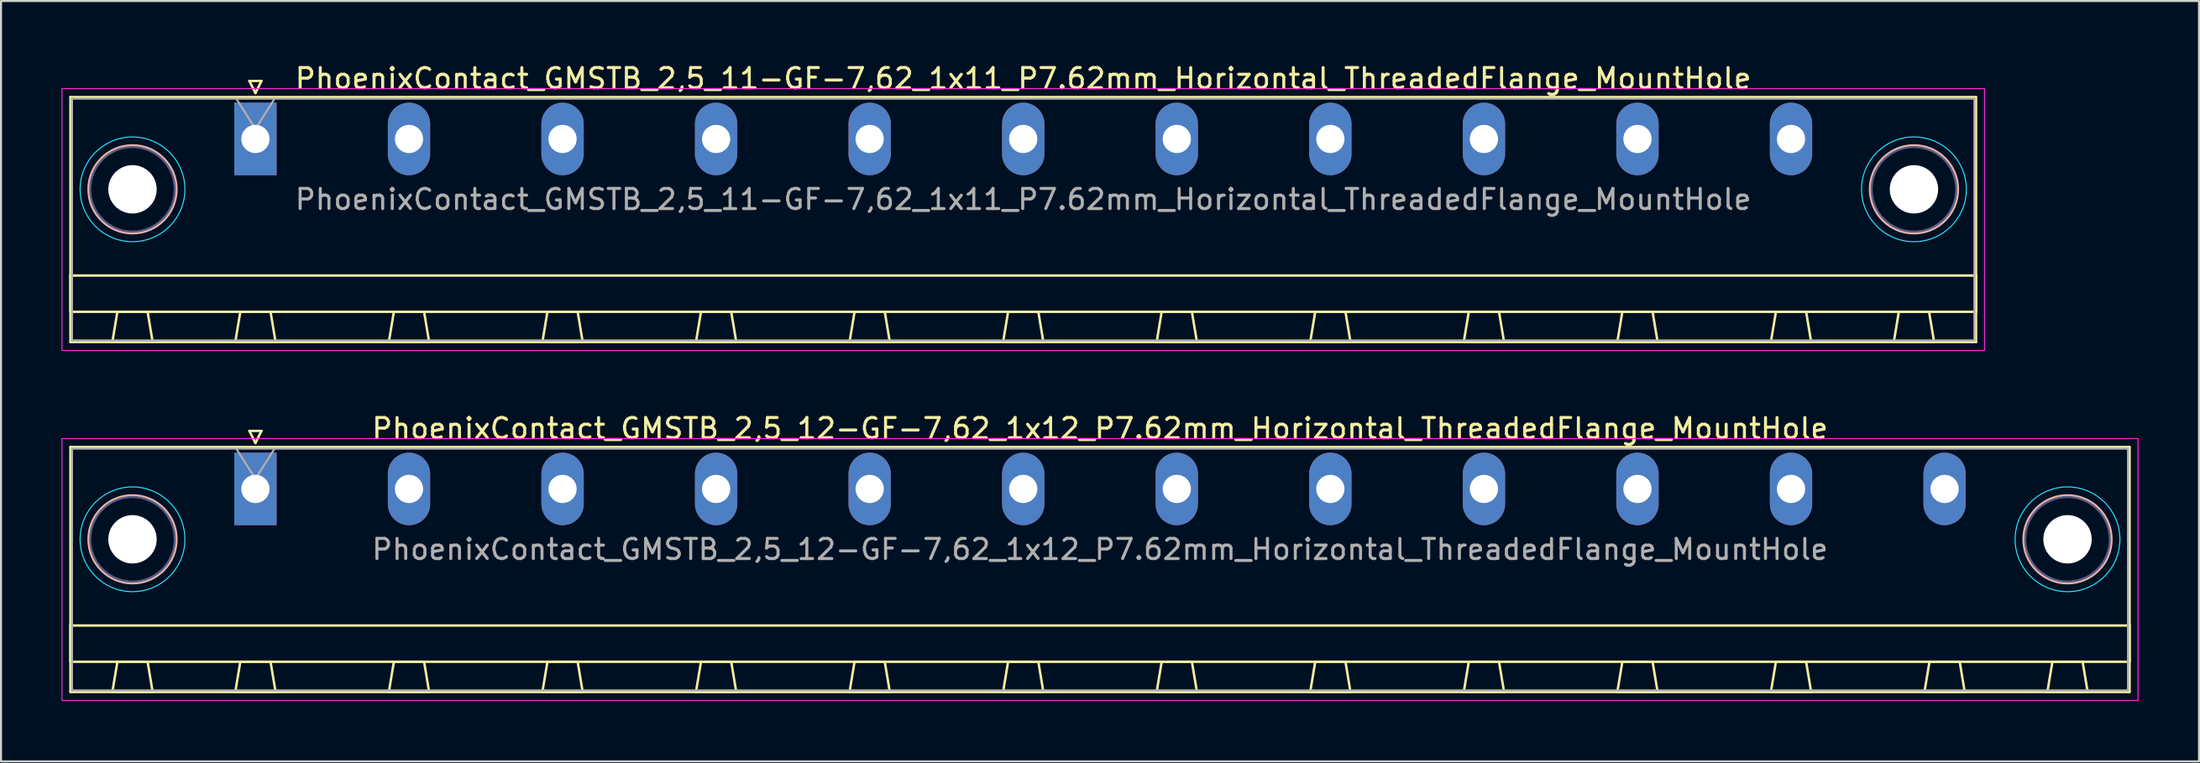
<source format=kicad_pcb>
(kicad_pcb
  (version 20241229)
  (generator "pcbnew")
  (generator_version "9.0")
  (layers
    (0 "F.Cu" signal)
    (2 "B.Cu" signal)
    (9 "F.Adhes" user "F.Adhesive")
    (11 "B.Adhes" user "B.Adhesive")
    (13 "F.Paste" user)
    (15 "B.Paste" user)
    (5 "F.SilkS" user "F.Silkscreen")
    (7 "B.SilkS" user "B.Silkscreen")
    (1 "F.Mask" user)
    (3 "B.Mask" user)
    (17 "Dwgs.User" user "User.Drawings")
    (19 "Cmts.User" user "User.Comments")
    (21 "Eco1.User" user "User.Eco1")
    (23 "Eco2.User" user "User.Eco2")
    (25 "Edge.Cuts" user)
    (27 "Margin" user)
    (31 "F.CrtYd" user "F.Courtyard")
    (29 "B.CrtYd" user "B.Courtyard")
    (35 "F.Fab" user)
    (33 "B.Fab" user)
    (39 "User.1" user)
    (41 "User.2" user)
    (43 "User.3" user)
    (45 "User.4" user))
  (footprint "PhoenixContact_GMSTB_2,5_12-GF-7,62_1x12_P7.62mm_Horizontal_ThreadedFlange_MountHole"
    (layer "F.Cu")
    (at 9.625 21.221)
    (property "Reference" "PhoenixContact_GMSTB_2,5_12-GF-7,62_1x12_P7.62mm_Horizontal_ThreadedFlange_MountHole" (at 41.91 -3 0) (layer "F.SilkS") (effects (font (size 1 1) (thickness 0.15))))
    (attr through_hole)
    (fp_line (start -9.18 -2.08) (end -9.18 10.08) (stroke (width 0.12) (type solid)) (layer "F.SilkS"))
    (fp_line (start -9.18 6.78) (end 93 6.78) (stroke (width 0.12) (type solid)) (layer "F.SilkS"))
    (fp_line (start -9.18 8.58) (end -9.18 6.78) (stroke (width 0.12) (type solid)) (layer "F.SilkS"))
    (fp_line (start -9.18 10.08) (end 93 10.08) (stroke (width 0.12) (type solid)) (layer "F.SilkS"))
    (fp_line (start -7.1 10.08) (end -5.1 10.08) (stroke (width 0.12) (type solid)) (layer "F.SilkS"))
    (fp_line (start -6.85 8.58) (end -7.1 10.08) (stroke (width 0.12) (type solid)) (layer "F.SilkS"))
    (fp_line (start -5.35 8.58) (end -6.85 8.58) (stroke (width 0.12) (type solid)) (layer "F.SilkS"))
    (fp_line (start -5.1 10.08) (end -5.35 8.58) (stroke (width 0.12) (type solid)) (layer "F.SilkS"))
    (fp_line (start -1 10.08) (end 1 10.08) (stroke (width 0.12) (type solid)) (layer "F.SilkS"))
    (fp_line (start -0.75 8.58) (end -1 10.08) (stroke (width 0.12) (type solid)) (layer "F.SilkS"))
    (fp_line (start -0.3 -2.88) (end 0.3 -2.88) (stroke (width 0.12) (type solid)) (layer "F.SilkS"))
    (fp_line (start 0 -2.28) (end -0.3 -2.88) (stroke (width 0.12) (type solid)) (layer "F.SilkS"))
    (fp_line (start 0.3 -2.88) (end 0 -2.28) (stroke (width 0.12) (type solid)) (layer "F.SilkS"))
    (fp_line (start 0.75 8.58) (end -0.75 8.58) (stroke (width 0.12) (type solid)) (layer "F.SilkS"))
    (fp_line (start 1 10.08) (end 0.75 8.58) (stroke (width 0.12) (type solid)) (layer "F.SilkS"))
    (fp_line (start 6.62 10.08) (end 8.62 10.08) (stroke (width 0.12) (type solid)) (layer "F.SilkS"))
    (fp_line (start 6.87 8.58) (end 6.62 10.08) (stroke (width 0.12) (type solid)) (layer "F.SilkS"))
    (fp_line (start 8.37 8.58) (end 6.87 8.58) (stroke (width 0.12) (type solid)) (layer "F.SilkS"))
    (fp_line (start 8.62 10.08) (end 8.37 8.58) (stroke (width 0.12) (type solid)) (layer "F.SilkS"))
    (fp_line (start 14.24 10.08) (end 16.24 10.08) (stroke (width 0.12) (type solid)) (layer "F.SilkS"))
    (fp_line (start 14.49 8.58) (end 14.24 10.08) (stroke (width 0.12) (type solid)) (layer "F.SilkS"))
    (fp_line (start 15.99 8.58) (end 14.49 8.58) (stroke (width 0.12) (type solid)) (layer "F.SilkS"))
    (fp_line (start 16.24 10.08) (end 15.99 8.58) (stroke (width 0.12) (type solid)) (layer "F.SilkS"))
    (fp_line (start 21.86 10.08) (end 23.86 10.08) (stroke (width 0.12) (type solid)) (layer "F.SilkS"))
    (fp_line (start 22.11 8.58) (end 21.86 10.08) (stroke (width 0.12) (type solid)) (layer "F.SilkS"))
    (fp_line (start 23.61 8.58) (end 22.11 8.58) (stroke (width 0.12) (type solid)) (layer "F.SilkS"))
    (fp_line (start 23.86 10.08) (end 23.61 8.58) (stroke (width 0.12) (type solid)) (layer "F.SilkS"))
    (fp_line (start 29.48 10.08) (end 31.48 10.08) (stroke (width 0.12) (type solid)) (layer "F.SilkS"))
    (fp_line (start 29.73 8.58) (end 29.48 10.08) (stroke (width 0.12) (type solid)) (layer "F.SilkS"))
    (fp_line (start 31.23 8.58) (end 29.73 8.58) (stroke (width 0.12) (type solid)) (layer "F.SilkS"))
    (fp_line (start 31.48 10.08) (end 31.23 8.58) (stroke (width 0.12) (type solid)) (layer "F.SilkS"))
    (fp_line (start 37.1 10.08) (end 39.1 10.08) (stroke (width 0.12) (type solid)) (layer "F.SilkS"))
    (fp_line (start 37.35 8.58) (end 37.1 10.08) (stroke (width 0.12) (type solid)) (layer "F.SilkS"))
    (fp_line (start 38.85 8.58) (end 37.35 8.58) (stroke (width 0.12) (type solid)) (layer "F.SilkS"))
    (fp_line (start 39.1 10.08) (end 38.85 8.58) (stroke (width 0.12) (type solid)) (layer "F.SilkS"))
    (fp_line (start 44.72 10.08) (end 46.72 10.08) (stroke (width 0.12) (type solid)) (layer "F.SilkS"))
    (fp_line (start 44.97 8.58) (end 44.72 10.08) (stroke (width 0.12) (type solid)) (layer "F.SilkS"))
    (fp_line (start 46.47 8.58) (end 44.97 8.58) (stroke (width 0.12) (type solid)) (layer "F.SilkS"))
    (fp_line (start 46.72 10.08) (end 46.47 8.58) (stroke (width 0.12) (type solid)) (layer "F.SilkS"))
    (fp_line (start 52.34 10.08) (end 54.34 10.08) (stroke (width 0.12) (type solid)) (layer "F.SilkS"))
    (fp_line (start 52.59 8.58) (end 52.34 10.08) (stroke (width 0.12) (type solid)) (layer "F.SilkS"))
    (fp_line (start 54.09 8.58) (end 52.59 8.58) (stroke (width 0.12) (type solid)) (layer "F.SilkS"))
    (fp_line (start 54.34 10.08) (end 54.09 8.58) (stroke (width 0.12) (type solid)) (layer "F.SilkS"))
    (fp_line (start 59.96 10.08) (end 61.96 10.08) (stroke (width 0.12) (type solid)) (layer "F.SilkS"))
    (fp_line (start 60.21 8.58) (end 59.96 10.08) (stroke (width 0.12) (type solid)) (layer "F.SilkS"))
    (fp_line (start 61.71 8.58) (end 60.21 8.58) (stroke (width 0.12) (type solid)) (layer "F.SilkS"))
    (fp_line (start 61.96 10.08) (end 61.71 8.58) (stroke (width 0.12) (type solid)) (layer "F.SilkS"))
    (fp_line (start 67.58 10.08) (end 69.58 10.08) (stroke (width 0.12) (type solid)) (layer "F.SilkS"))
    (fp_line (start 67.83 8.58) (end 67.58 10.08) (stroke (width 0.12) (type solid)) (layer "F.SilkS"))
    (fp_line (start 69.33 8.58) (end 67.83 8.58) (stroke (width 0.12) (type solid)) (layer "F.SilkS"))
    (fp_line (start 69.58 10.08) (end 69.33 8.58) (stroke (width 0.12) (type solid)) (layer "F.SilkS"))
    (fp_line (start 75.2 10.08) (end 77.2 10.08) (stroke (width 0.12) (type solid)) (layer "F.SilkS"))
    (fp_line (start 75.45 8.58) (end 75.2 10.08) (stroke (width 0.12) (type solid)) (layer "F.SilkS"))
    (fp_line (start 76.95 8.58) (end 75.45 8.58) (stroke (width 0.12) (type solid)) (layer "F.SilkS"))
    (fp_line (start 77.2 10.08) (end 76.95 8.58) (stroke (width 0.12) (type solid)) (layer "F.SilkS"))
    (fp_line (start 82.82 10.08) (end 84.82 10.08) (stroke (width 0.12) (type solid)) (layer "F.SilkS"))
    (fp_line (start 83.07 8.58) (end 82.82 10.08) (stroke (width 0.12) (type solid)) (layer "F.SilkS"))
    (fp_line (start 84.57 8.58) (end 83.07 8.58) (stroke (width 0.12) (type solid)) (layer "F.SilkS"))
    (fp_line (start 84.82 10.08) (end 84.57 8.58) (stroke (width 0.12) (type solid)) (layer "F.SilkS"))
    (fp_line (start 88.92 10.08) (end 90.92 10.08) (stroke (width 0.12) (type solid)) (layer "F.SilkS"))
    (fp_line (start 89.17 8.58) (end 88.92 10.08) (stroke (width 0.12) (type solid)) (layer "F.SilkS"))
    (fp_line (start 90.67 8.58) (end 89.17 8.58) (stroke (width 0.12) (type solid)) (layer "F.SilkS"))
    (fp_line (start 90.92 10.08) (end 90.67 8.58) (stroke (width 0.12) (type solid)) (layer "F.SilkS"))
    (fp_line (start 93 -2.08) (end -9.18 -2.08) (stroke (width 0.12) (type solid)) (layer "F.SilkS"))
    (fp_line (start 93 6.78) (end 93 8.58) (stroke (width 0.12) (type solid)) (layer "F.SilkS"))
    (fp_line (start 93 8.58) (end -9.18 8.58) (stroke (width 0.12) (type solid)) (layer "F.SilkS"))
    (fp_line (start 93 10.08) (end 93 -2.08) (stroke (width 0.12) (type solid)) (layer "F.SilkS"))
    (fp_circle (center -6.1 2.5) (end -3.92 2.5) (stroke (width 0.12) (type solid)) (fill no) (layer "B.SilkS"))
    (fp_circle (center 89.92 2.5) (end 92.1 2.5) (stroke (width 0.12) (type solid)) (fill no) (layer "B.SilkS"))
    (fp_circle (center -6.1 2.5) (end -3.5 2.5) (stroke (width 0.05) (type solid)) (fill no) (layer "B.CrtYd"))
    (fp_circle (center 89.92 2.5) (end 92.52 2.5) (stroke (width 0.05) (type solid)) (fill no) (layer "B.CrtYd"))
    (fp_line (start -9.6 -2.5) (end -9.6 10.5) (stroke (width 0.05) (type solid)) (layer "F.CrtYd"))
    (fp_line (start -9.6 10.5) (end 93.42 10.5) (stroke (width 0.05) (type solid)) (layer "F.CrtYd"))
    (fp_line (start 93.42 -2.5) (end -9.6 -2.5) (stroke (width 0.05) (type solid)) (layer "F.CrtYd"))
    (fp_line (start 93.42 10.5) (end 93.42 -2.5) (stroke (width 0.05) (type solid)) (layer "F.CrtYd"))
    (fp_circle (center -6.1 2.5) (end -4 2.5) (stroke (width 0.1) (type solid)) (fill no) (layer "B.Fab"))
    (fp_circle (center 89.92 2.5) (end 92.02 2.5) (stroke (width 0.1) (type solid)) (fill no) (layer "B.Fab"))
    (fp_line (start -9.1 -2) (end -9.1 10) (stroke (width 0.1) (type solid)) (layer "F.Fab"))
    (fp_line (start -9.1 10) (end 92.92 10) (stroke (width 0.1) (type solid)) (layer "F.Fab"))
    (fp_line (start 0 -0.5) (end -0.95 -2) (stroke (width 0.1) (type solid)) (layer "F.Fab"))
    (fp_line (start 0.95 -2) (end 0 -0.5) (stroke (width 0.1) (type solid)) (layer "F.Fab"))
    (fp_line (start 92.92 -2) (end -9.1 -2) (stroke (width 0.1) (type solid)) (layer "F.Fab"))
    (fp_line (start 92.92 10) (end 92.92 -2) (stroke (width 0.1) (type solid)) (layer "F.Fab"))
    (fp_text user "${REFERENCE}" (at 41.91 3 0) (layer "F.Fab") (effects (font (size 1 1) (thickness 0.15))))
    (pad "" np_thru_hole circle (at -6.1 2.5) (size 2.4 2.4) (drill 2.4) (layers "*.Cu" "*.Mask"))
    (pad "" np_thru_hole circle (at 89.92 2.5) (size 2.4 2.4) (drill 2.4) (layers "*.Cu" "*.Mask"))
    (pad "1" thru_hole rect (at 0 0) (size 2.1 3.6) (drill 1.4) (layers "*.Cu" "*.Mask"))
    (pad "2" thru_hole oval (at 7.62 0) (size 2.1 3.6) (drill 1.4) (layers "*.Cu" "*.Mask"))
    (pad "3" thru_hole oval (at 15.24 0) (size 2.1 3.6) (drill 1.4) (layers "*.Cu" "*.Mask"))
    (pad "4" thru_hole oval (at 22.86 0) (size 2.1 3.6) (drill 1.4) (layers "*.Cu" "*.Mask"))
    (pad "5" thru_hole oval (at 30.48 0) (size 2.1 3.6) (drill 1.4) (layers "*.Cu" "*.Mask"))
    (pad "6" thru_hole oval (at 38.1 0) (size 2.1 3.6) (drill 1.4) (layers "*.Cu" "*.Mask"))
    (pad "7" thru_hole oval (at 45.72 0) (size 2.1 3.6) (drill 1.4) (layers "*.Cu" "*.Mask"))
    (pad "8" thru_hole oval (at 53.34 0) (size 2.1 3.6) (drill 1.4) (layers "*.Cu" "*.Mask"))
    (pad "9" thru_hole oval (at 60.96 0) (size 2.1 3.6) (drill 1.4) (layers "*.Cu" "*.Mask"))
    (pad "10" thru_hole oval (at 68.58 0) (size 2.1 3.6) (drill 1.4) (layers "*.Cu" "*.Mask"))
    (pad "11" thru_hole oval (at 76.2 0) (size 2.1 3.6) (drill 1.4) (layers "*.Cu" "*.Mask"))
    (pad "12" thru_hole oval (at 83.82 0) (size 2.1 3.6) (drill 1.4) (layers "*.Cu" "*.Mask")))
  (footprint "PhoenixContact_GMSTB_2,5_11-GF-7,62_1x11_P7.62mm_Horizontal_ThreadedFlange_MountHole"
    (layer "F.Cu")
    (at 9.625 3.848)
    (property "Reference" "PhoenixContact_GMSTB_2,5_11-GF-7,62_1x11_P7.62mm_Horizontal_ThreadedFlange_MountHole" (at 38.1 -3 0) (layer "F.SilkS") (effects (font (size 1 1) (thickness 0.15))))
    (attr through_hole)
    (fp_line (start -9.18 -2.08) (end -9.18 10.08) (stroke (width 0.12) (type solid)) (layer "F.SilkS"))
    (fp_line (start -9.18 6.78) (end 85.38 6.78) (stroke (width 0.12) (type solid)) (layer "F.SilkS"))
    (fp_line (start -9.18 8.58) (end -9.18 6.78) (stroke (width 0.12) (type solid)) (layer "F.SilkS"))
    (fp_line (start -9.18 10.08) (end 85.38 10.08) (stroke (width 0.12) (type solid)) (layer "F.SilkS"))
    (fp_line (start -7.1 10.08) (end -5.1 10.08) (stroke (width 0.12) (type solid)) (layer "F.SilkS"))
    (fp_line (start -6.85 8.58) (end -7.1 10.08) (stroke (width 0.12) (type solid)) (layer "F.SilkS"))
    (fp_line (start -5.35 8.58) (end -6.85 8.58) (stroke (width 0.12) (type solid)) (layer "F.SilkS"))
    (fp_line (start -5.1 10.08) (end -5.35 8.58) (stroke (width 0.12) (type solid)) (layer "F.SilkS"))
    (fp_line (start -1 10.08) (end 1 10.08) (stroke (width 0.12) (type solid)) (layer "F.SilkS"))
    (fp_line (start -0.75 8.58) (end -1 10.08) (stroke (width 0.12) (type solid)) (layer "F.SilkS"))
    (fp_line (start -0.3 -2.88) (end 0.3 -2.88) (stroke (width 0.12) (type solid)) (layer "F.SilkS"))
    (fp_line (start 0 -2.28) (end -0.3 -2.88) (stroke (width 0.12) (type solid)) (layer "F.SilkS"))
    (fp_line (start 0.3 -2.88) (end 0 -2.28) (stroke (width 0.12) (type solid)) (layer "F.SilkS"))
    (fp_line (start 0.75 8.58) (end -0.75 8.58) (stroke (width 0.12) (type solid)) (layer "F.SilkS"))
    (fp_line (start 1 10.08) (end 0.75 8.58) (stroke (width 0.12) (type solid)) (layer "F.SilkS"))
    (fp_line (start 6.62 10.08) (end 8.62 10.08) (stroke (width 0.12) (type solid)) (layer "F.SilkS"))
    (fp_line (start 6.87 8.58) (end 6.62 10.08) (stroke (width 0.12) (type solid)) (layer "F.SilkS"))
    (fp_line (start 8.37 8.58) (end 6.87 8.58) (stroke (width 0.12) (type solid)) (layer "F.SilkS"))
    (fp_line (start 8.62 10.08) (end 8.37 8.58) (stroke (width 0.12) (type solid)) (layer "F.SilkS"))
    (fp_line (start 14.24 10.08) (end 16.24 10.08) (stroke (width 0.12) (type solid)) (layer "F.SilkS"))
    (fp_line (start 14.49 8.58) (end 14.24 10.08) (stroke (width 0.12) (type solid)) (layer "F.SilkS"))
    (fp_line (start 15.99 8.58) (end 14.49 8.58) (stroke (width 0.12) (type solid)) (layer "F.SilkS"))
    (fp_line (start 16.24 10.08) (end 15.99 8.58) (stroke (width 0.12) (type solid)) (layer "F.SilkS"))
    (fp_line (start 21.86 10.08) (end 23.86 10.08) (stroke (width 0.12) (type solid)) (layer "F.SilkS"))
    (fp_line (start 22.11 8.58) (end 21.86 10.08) (stroke (width 0.12) (type solid)) (layer "F.SilkS"))
    (fp_line (start 23.61 8.58) (end 22.11 8.58) (stroke (width 0.12) (type solid)) (layer "F.SilkS"))
    (fp_line (start 23.86 10.08) (end 23.61 8.58) (stroke (width 0.12) (type solid)) (layer "F.SilkS"))
    (fp_line (start 29.48 10.08) (end 31.48 10.08) (stroke (width 0.12) (type solid)) (layer "F.SilkS"))
    (fp_line (start 29.73 8.58) (end 29.48 10.08) (stroke (width 0.12) (type solid)) (layer "F.SilkS"))
    (fp_line (start 31.23 8.58) (end 29.73 8.58) (stroke (width 0.12) (type solid)) (layer "F.SilkS"))
    (fp_line (start 31.48 10.08) (end 31.23 8.58) (stroke (width 0.12) (type solid)) (layer "F.SilkS"))
    (fp_line (start 37.1 10.08) (end 39.1 10.08) (stroke (width 0.12) (type solid)) (layer "F.SilkS"))
    (fp_line (start 37.35 8.58) (end 37.1 10.08) (stroke (width 0.12) (type solid)) (layer "F.SilkS"))
    (fp_line (start 38.85 8.58) (end 37.35 8.58) (stroke (width 0.12) (type solid)) (layer "F.SilkS"))
    (fp_line (start 39.1 10.08) (end 38.85 8.58) (stroke (width 0.12) (type solid)) (layer "F.SilkS"))
    (fp_line (start 44.72 10.08) (end 46.72 10.08) (stroke (width 0.12) (type solid)) (layer "F.SilkS"))
    (fp_line (start 44.97 8.58) (end 44.72 10.08) (stroke (width 0.12) (type solid)) (layer "F.SilkS"))
    (fp_line (start 46.47 8.58) (end 44.97 8.58) (stroke (width 0.12) (type solid)) (layer "F.SilkS"))
    (fp_line (start 46.72 10.08) (end 46.47 8.58) (stroke (width 0.12) (type solid)) (layer "F.SilkS"))
    (fp_line (start 52.34 10.08) (end 54.34 10.08) (stroke (width 0.12) (type solid)) (layer "F.SilkS"))
    (fp_line (start 52.59 8.58) (end 52.34 10.08) (stroke (width 0.12) (type solid)) (layer "F.SilkS"))
    (fp_line (start 54.09 8.58) (end 52.59 8.58) (stroke (width 0.12) (type solid)) (layer "F.SilkS"))
    (fp_line (start 54.34 10.08) (end 54.09 8.58) (stroke (width 0.12) (type solid)) (layer "F.SilkS"))
    (fp_line (start 59.96 10.08) (end 61.96 10.08) (stroke (width 0.12) (type solid)) (layer "F.SilkS"))
    (fp_line (start 60.21 8.58) (end 59.96 10.08) (stroke (width 0.12) (type solid)) (layer "F.SilkS"))
    (fp_line (start 61.71 8.58) (end 60.21 8.58) (stroke (width 0.12) (type solid)) (layer "F.SilkS"))
    (fp_line (start 61.96 10.08) (end 61.71 8.58) (stroke (width 0.12) (type solid)) (layer "F.SilkS"))
    (fp_line (start 67.58 10.08) (end 69.58 10.08) (stroke (width 0.12) (type solid)) (layer "F.SilkS"))
    (fp_line (start 67.83 8.58) (end 67.58 10.08) (stroke (width 0.12) (type solid)) (layer "F.SilkS"))
    (fp_line (start 69.33 8.58) (end 67.83 8.58) (stroke (width 0.12) (type solid)) (layer "F.SilkS"))
    (fp_line (start 69.58 10.08) (end 69.33 8.58) (stroke (width 0.12) (type solid)) (layer "F.SilkS"))
    (fp_line (start 75.2 10.08) (end 77.2 10.08) (stroke (width 0.12) (type solid)) (layer "F.SilkS"))
    (fp_line (start 75.45 8.58) (end 75.2 10.08) (stroke (width 0.12) (type solid)) (layer "F.SilkS"))
    (fp_line (start 76.95 8.58) (end 75.45 8.58) (stroke (width 0.12) (type solid)) (layer "F.SilkS"))
    (fp_line (start 77.2 10.08) (end 76.95 8.58) (stroke (width 0.12) (type solid)) (layer "F.SilkS"))
    (fp_line (start 81.3 10.08) (end 83.3 10.08) (stroke (width 0.12) (type solid)) (layer "F.SilkS"))
    (fp_line (start 81.55 8.58) (end 81.3 10.08) (stroke (width 0.12) (type solid)) (layer "F.SilkS"))
    (fp_line (start 83.05 8.58) (end 81.55 8.58) (stroke (width 0.12) (type solid)) (layer "F.SilkS"))
    (fp_line (start 83.3 10.08) (end 83.05 8.58) (stroke (width 0.12) (type solid)) (layer "F.SilkS"))
    (fp_line (start 85.38 -2.08) (end -9.18 -2.08) (stroke (width 0.12) (type solid)) (layer "F.SilkS"))
    (fp_line (start 85.38 6.78) (end 85.38 8.58) (stroke (width 0.12) (type solid)) (layer "F.SilkS"))
    (fp_line (start 85.38 8.58) (end -9.18 8.58) (stroke (width 0.12) (type solid)) (layer "F.SilkS"))
    (fp_line (start 85.38 10.08) (end 85.38 -2.08) (stroke (width 0.12) (type solid)) (layer "F.SilkS"))
    (fp_circle (center -6.1 2.5) (end -3.92 2.5) (stroke (width 0.12) (type solid)) (fill no) (layer "B.SilkS"))
    (fp_circle (center 82.3 2.5) (end 84.48 2.5) (stroke (width 0.12) (type solid)) (fill no) (layer "B.SilkS"))
    (fp_circle (center -6.1 2.5) (end -3.5 2.5) (stroke (width 0.05) (type solid)) (fill no) (layer "B.CrtYd"))
    (fp_circle (center 82.3 2.5) (end 84.9 2.5) (stroke (width 0.05) (type solid)) (fill no) (layer "B.CrtYd"))
    (fp_line (start -9.6 -2.5) (end -9.6 10.5) (stroke (width 0.05) (type solid)) (layer "F.CrtYd"))
    (fp_line (start -9.6 10.5) (end 85.8 10.5) (stroke (width 0.05) (type solid)) (layer "F.CrtYd"))
    (fp_line (start 85.8 -2.5) (end -9.6 -2.5) (stroke (width 0.05) (type solid)) (layer "F.CrtYd"))
    (fp_line (start 85.8 10.5) (end 85.8 -2.5) (stroke (width 0.05) (type solid)) (layer "F.CrtYd"))
    (fp_circle (center -6.1 2.5) (end -4 2.5) (stroke (width 0.1) (type solid)) (fill no) (layer "B.Fab"))
    (fp_circle (center 82.3 2.5) (end 84.4 2.5) (stroke (width 0.1) (type solid)) (fill no) (layer "B.Fab"))
    (fp_line (start -9.1 -2) (end -9.1 10) (stroke (width 0.1) (type solid)) (layer "F.Fab"))
    (fp_line (start -9.1 10) (end 85.3 10) (stroke (width 0.1) (type solid)) (layer "F.Fab"))
    (fp_line (start 0 -0.5) (end -0.95 -2) (stroke (width 0.1) (type solid)) (layer "F.Fab"))
    (fp_line (start 0.95 -2) (end 0 -0.5) (stroke (width 0.1) (type solid)) (layer "F.Fab"))
    (fp_line (start 85.3 -2) (end -9.1 -2) (stroke (width 0.1) (type solid)) (layer "F.Fab"))
    (fp_line (start 85.3 10) (end 85.3 -2) (stroke (width 0.1) (type solid)) (layer "F.Fab"))
    (fp_text user "${REFERENCE}" (at 38.1 3 0) (layer "F.Fab") (effects (font (size 1 1) (thickness 0.15))))
    (pad "" np_thru_hole circle (at -6.1 2.5) (size 2.4 2.4) (drill 2.4) (layers "*.Cu" "*.Mask"))
    (pad "" np_thru_hole circle (at 82.3 2.5) (size 2.4 2.4) (drill 2.4) (layers "*.Cu" "*.Mask"))
    (pad "1" thru_hole rect (at 0 0) (size 2.1 3.6) (drill 1.4) (layers "*.Cu" "*.Mask"))
    (pad "2" thru_hole oval (at 7.62 0) (size 2.1 3.6) (drill 1.4) (layers "*.Cu" "*.Mask"))
    (pad "3" thru_hole oval (at 15.24 0) (size 2.1 3.6) (drill 1.4) (layers "*.Cu" "*.Mask"))
    (pad "4" thru_hole oval (at 22.86 0) (size 2.1 3.6) (drill 1.4) (layers "*.Cu" "*.Mask"))
    (pad "5" thru_hole oval (at 30.48 0) (size 2.1 3.6) (drill 1.4) (layers "*.Cu" "*.Mask"))
    (pad "6" thru_hole oval (at 38.1 0) (size 2.1 3.6) (drill 1.4) (layers "*.Cu" "*.Mask"))
    (pad "7" thru_hole oval (at 45.72 0) (size 2.1 3.6) (drill 1.4) (layers "*.Cu" "*.Mask"))
    (pad "8" thru_hole oval (at 53.34 0) (size 2.1 3.6) (drill 1.4) (layers "*.Cu" "*.Mask"))
    (pad "9" thru_hole oval (at 60.96 0) (size 2.1 3.6) (drill 1.4) (layers "*.Cu" "*.Mask"))
    (pad "10" thru_hole oval (at 68.58 0) (size 2.1 3.6) (drill 1.4) (layers "*.Cu" "*.Mask"))
    (pad "11" thru_hole oval (at 76.2 0) (size 2.1 3.6) (drill 1.4) (layers "*.Cu" "*.Mask")))
  (gr_rect
    (start -3 -3)
    (end 106.07 34.746)
    (stroke (width 0.1) (type default))
    (fill no)
    (layer "Edge.Cuts")))
</source>
